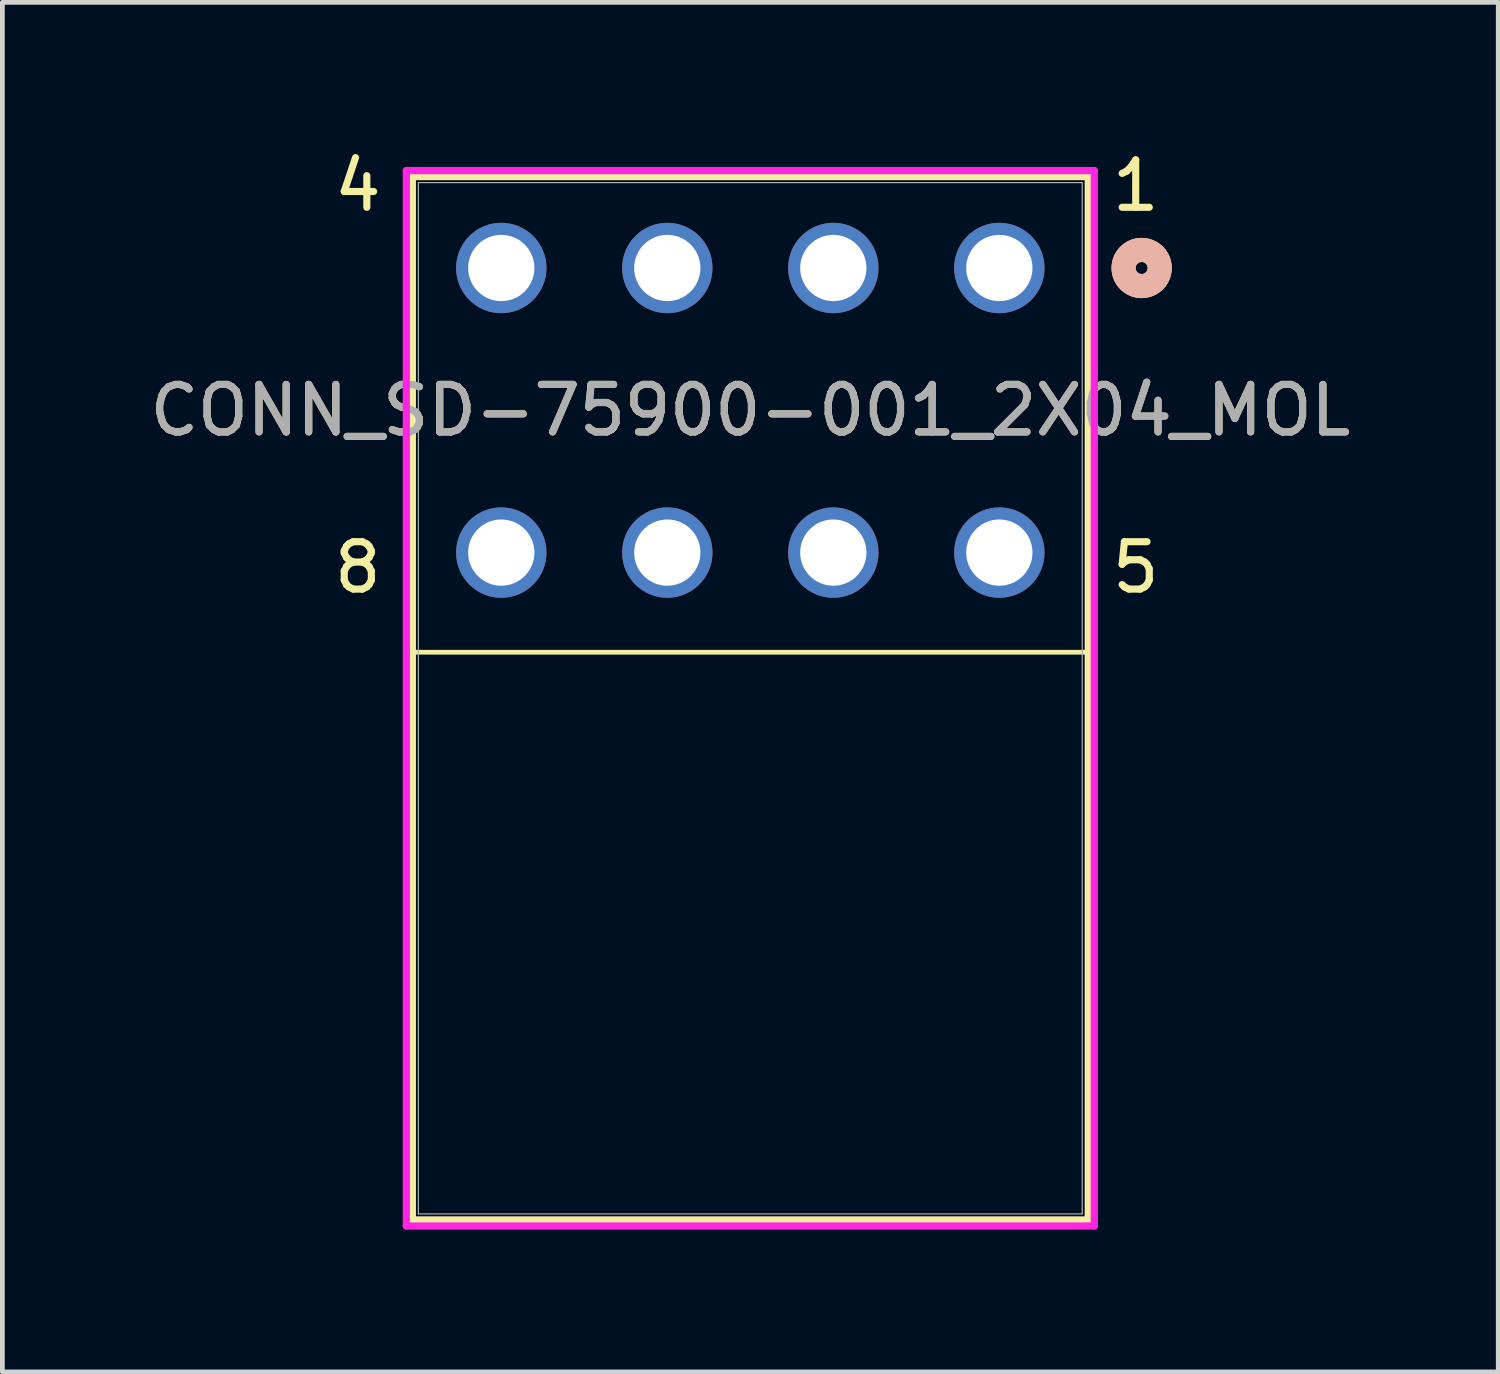
<source format=kicad_pcb>
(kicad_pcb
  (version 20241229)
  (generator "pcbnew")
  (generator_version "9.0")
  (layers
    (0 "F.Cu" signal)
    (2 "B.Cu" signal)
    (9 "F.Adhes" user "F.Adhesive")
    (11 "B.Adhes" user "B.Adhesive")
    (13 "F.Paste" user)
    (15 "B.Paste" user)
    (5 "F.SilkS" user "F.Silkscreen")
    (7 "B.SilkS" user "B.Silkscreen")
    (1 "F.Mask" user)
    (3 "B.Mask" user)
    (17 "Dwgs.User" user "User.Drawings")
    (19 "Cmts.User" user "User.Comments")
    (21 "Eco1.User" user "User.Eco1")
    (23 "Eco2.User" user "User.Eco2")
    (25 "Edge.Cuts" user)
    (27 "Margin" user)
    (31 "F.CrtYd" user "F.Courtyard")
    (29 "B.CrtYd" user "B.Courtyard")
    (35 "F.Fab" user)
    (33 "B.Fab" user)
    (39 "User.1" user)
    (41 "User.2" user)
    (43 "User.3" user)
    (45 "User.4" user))
  (footprint "CONN_SD-75900-001_2X04_MOL"
    (layer "F.Cu")
    (at 12.918 5.5)
    (property "Reference" "CONN_SD-75900-001_2X04_MOL" (at -0.15 0.1 0) (unlocked yes) (layer "F.SilkS") (effects (font (size 1 1) (thickness 0.15))))
    (attr through_hole)
    (fp_line (start -7.275 -4.827) (end -7.275 17.169) (stroke (width 0.152) (type solid)) (layer "F.SilkS"))
    (fp_line (start -7.275 17.169) (end 6.975 17.169) (stroke (width 0.152) (type solid)) (layer "F.SilkS"))
    (fp_line (start 6.975 -4.827) (end -7.275 -4.827) (stroke (width 0.152) (type solid)) (layer "F.SilkS"))
    (fp_line (start 6.975 17.169) (end 6.975 -4.827) (stroke (width 0.152) (type solid)) (layer "F.SilkS"))
    (fp_rect (start -7.275 -4.827) (end 6.975 5.2) (stroke (width 0.1) (type default)) (fill no) (layer "F.SilkS"))
    (fp_circle (center 8.1 -2.9) (end 8.481 -2.9) (stroke (width 0.508) (type solid)) (fill no) (layer "F.SilkS"))
    (fp_circle (center 8.1 -2.9) (end 8.481 -2.9) (stroke (width 0.508) (type solid)) (fill no) (layer "B.SilkS"))
    (fp_line (start -7.402 -4.954) (end -7.402 17.296) (stroke (width 0.152) (type solid)) (layer "F.CrtYd"))
    (fp_line (start -7.402 17.296) (end 7.102 17.296) (stroke (width 0.152) (type solid)) (layer "F.CrtYd"))
    (fp_line (start 7.102 -4.954) (end -7.402 -4.954) (stroke (width 0.152) (type solid)) (layer "F.CrtYd"))
    (fp_line (start 7.102 17.296) (end 7.102 -4.954) (stroke (width 0.152) (type solid)) (layer "F.CrtYd"))
    (fp_line (start -7.148 -4.7) (end -7.148 17.042) (stroke (width 0.025) (type solid)) (layer "F.Fab"))
    (fp_line (start -7.148 17.042) (end 6.848 17.042) (stroke (width 0.025) (type solid)) (layer "F.Fab"))
    (fp_line (start 6.848 -4.7) (end -7.148 -4.7) (stroke (width 0.025) (type solid)) (layer "F.Fab"))
    (fp_line (start 6.848 17.042) (end 6.848 -4.7) (stroke (width 0.025) (type solid)) (layer "F.Fab"))
    (fp_circle (center -5.4 -2.9) (end -5.019 -2.9) (stroke (width 0.508) (type solid)) (fill no) (layer "F.Fab"))
    (fp_text user "4\n\n\n\n\n8" (at -9 4 0) (unlocked yes) (layer "F.SilkS") (effects (font (size 1 1) (thickness 0.15)) (justify left bottom)))
    (fp_text user "1\n\n\n\n\n5" (at 7.4 4 0) (unlocked yes) (layer "F.SilkS") (effects (font (size 1 1) (thickness 0.15)) (justify left bottom)))
    (fp_text user "${REFERENCE}" (at -0.15 0.1 0) (unlocked yes) (layer "F.Fab") (effects (font (size 1 1) (thickness 0.15))))
    (pad "1" thru_hole circle (at 5.1 -2.9) (size 1.905 1.905) (drill 1.397) (layers "*.Cu" "*.Mask"))
    (pad "2" thru_hole circle (at 1.6 -2.9) (size 1.905 1.905) (drill 1.397) (layers "*.Cu" "*.Mask"))
    (pad "3" thru_hole circle (at -1.9 -2.9) (size 1.905 1.905) (drill 1.397) (layers "*.Cu" "*.Mask"))
    (pad "4" thru_hole circle (at -5.4 -2.9) (size 1.905 1.905) (drill 1.397) (layers "*.Cu" "*.Mask"))
    (pad "5" thru_hole circle (at 5.1 3.1) (size 1.905 1.905) (drill 1.397) (layers "*.Cu" "*.Mask"))
    (pad "6" thru_hole circle (at 1.6 3.1) (size 1.905 1.905) (drill 1.397) (layers "*.Cu" "*.Mask"))
    (pad "7" thru_hole circle (at -1.9 3.1) (size 1.905 1.905) (drill 1.397) (layers "*.Cu" "*.Mask"))
    (pad "8" thru_hole circle (at -5.4 3.1) (size 1.905 1.905) (drill 1.397) (layers "*.Cu" "*.Mask")))
  (gr_rect
    (start -3 -3)
    (end 28.536 25.872)
    (stroke (width 0.1) (type default))
    (fill no)
    (layer "Edge.Cuts")))
</source>
